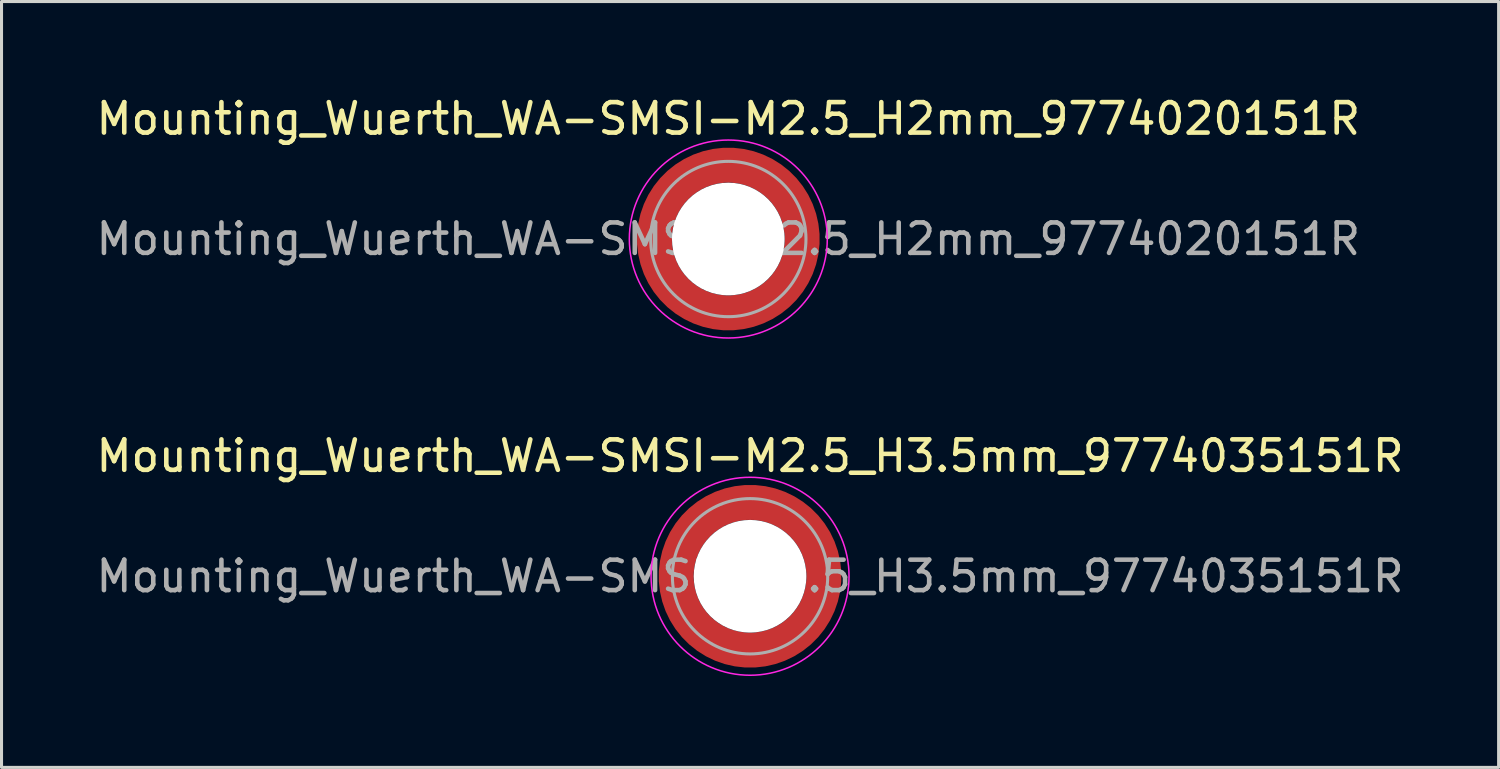
<source format=kicad_pcb>
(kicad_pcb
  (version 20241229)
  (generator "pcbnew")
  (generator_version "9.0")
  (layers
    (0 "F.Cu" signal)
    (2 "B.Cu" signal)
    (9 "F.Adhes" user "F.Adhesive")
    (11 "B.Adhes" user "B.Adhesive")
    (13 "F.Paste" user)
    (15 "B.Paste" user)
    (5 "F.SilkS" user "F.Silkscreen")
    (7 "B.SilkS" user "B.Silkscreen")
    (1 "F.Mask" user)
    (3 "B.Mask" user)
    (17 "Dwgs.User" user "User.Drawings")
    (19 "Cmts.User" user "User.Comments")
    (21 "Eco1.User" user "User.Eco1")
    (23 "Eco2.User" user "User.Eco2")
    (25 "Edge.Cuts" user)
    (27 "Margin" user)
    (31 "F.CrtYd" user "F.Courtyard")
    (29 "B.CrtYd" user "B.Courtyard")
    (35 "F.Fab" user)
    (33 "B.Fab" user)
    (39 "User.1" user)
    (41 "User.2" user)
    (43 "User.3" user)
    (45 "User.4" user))
  (footprint "Mounting_Wuerth_WA-SMSI-M2.5_H2mm_9774020151R"
    (layer "F.Cu")
    (at 20.863 4.798)
    (property "Reference" "Mounting_Wuerth_WA-SMSI-M2.5_H2mm_9774020151R" (at 0 -3.95 0) (layer "F.SilkS") (effects (font (size 1 1) (thickness 0.15))))
    (attr smd allow_soldermask_bridges)
    (fp_circle (center 0 0) (end 3.25 0) (stroke (width 0.05) (type solid)) (fill no) (layer "F.CrtYd"))
    (fp_circle (center 0 0) (end 2.55 0) (stroke (width 0.1) (type solid)) (fill no) (layer "F.Fab"))
    (fp_text user "${REFERENCE}" (at 0 0 0) (layer "F.Fab") (effects (font (size 1 1) (thickness 0.15))))
    (pad "" smd custom (at -1.704 -1.704) (size 0.51 0.51) (layers "F.Paste") (options (anchor circle)) (primitives (gr_arc (start -0.250195 1.279127) (mid 0.289914 0.289914) (end 1.279127 -0.250195) (width 0.2)) (gr_arc (start -0.34334 1.279127) (mid 0.225488 0.225488) (end 1.279127 -0.34334) (width 0.2)) (gr_arc (start -0.436309 1.279127) (mid 0.161063 0.161063) (end 1.279127 -0.436309) (width 0.2)) (gr_arc (start -0.529126 1.279127) (mid 0.096638 0.096638) (end 1.279127 -0.529126) (width 0.2)) (gr_arc (start -0.621807 1.279127) (mid 0.032213 0.032213) (end 1.279127 -0.621807) (width 0.2)) (gr_arc (start -0.71437 1.279127) (mid -0.032213 -0.032213) (end 1.279127 -0.71437) (width 0.2)) (gr_arc (start -0.806826 1.279127) (mid -0.096638 -0.096638) (end 1.279127 -0.806826) (width 0.2)) (gr_arc (start -0.899187 1.279127) (mid -0.161063 -0.161063) (end 1.279127 -0.899187) (width 0.2)) (gr_arc (start -0.991463 1.279127) (mid -0.225488 -0.225488) (end 1.279127 -0.991463) (width 0.2)) (gr_arc (start -1.083663 1.279127) (mid -0.289914 -0.289914) (end 1.279127 -1.083663) (width 0.2)) (gr_line (start 1.279 -0.25) (end 1.279 -1.084) (width 0.2)) (gr_line (start -0.25 1.279) (end -1.084 1.279) (width 0.2))))
    (pad "" smd custom (at -1.704 1.704) (size 0.51 0.51) (layers "F.Paste") (options (anchor circle)) (primitives (gr_arc (start 1.279127 0.250195) (mid 0.289914 -0.289914) (end -0.250195 -1.279127) (width 0.2)) (gr_arc (start 1.279127 0.34334) (mid 0.225488 -0.225488) (end -0.34334 -1.279127) (width 0.2)) (gr_arc (start 1.279127 0.436309) (mid 0.161063 -0.161063) (end -0.436309 -1.279127) (width 0.2)) (gr_arc (start 1.279127 0.529126) (mid 0.096638 -0.096638) (end -0.529126 -1.279127) (width 0.2)) (gr_arc (start 1.279127 0.621807) (mid 0.032213 -0.032213) (end -0.621807 -1.279127) (width 0.2)) (gr_arc (start 1.279127 0.71437) (mid -0.032213 0.032213) (end -0.71437 -1.279127) (width 0.2)) (gr_arc (start 1.279127 0.806826) (mid -0.096638 0.096638) (end -0.806826 -1.279127) (width 0.2)) (gr_arc (start 1.279127 0.899187) (mid -0.161063 0.161063) (end -0.899187 -1.279127) (width 0.2)) (gr_arc (start 1.279127 0.991463) (mid -0.225488 0.225488) (end -0.991463 -1.279127) (width 0.2)) (gr_arc (start 1.279127 1.083663) (mid -0.289914 0.289914) (end -1.083663 -1.279127) (width 0.2)) (gr_line (start -0.25 -1.279) (end -1.084 -1.279) (width 0.2)) (gr_line (start 1.279 0.25) (end 1.279 1.084) (width 0.2))))
    (pad "" np_thru_hole circle (at 0 0) (size 3.7 3.7) (drill 3.7) (layers "*.Cu" "*.Mask"))
    (pad "" smd custom (at 1.704 -1.704) (size 0.51 0.51) (layers "F.Paste") (options (anchor circle)) (primitives (gr_arc (start -1.279127 -0.250195) (mid -0.289914 0.289914) (end 0.250195 1.279127) (width 0.2)) (gr_arc (start -1.279127 -0.34334) (mid -0.225488 0.225488) (end 0.34334 1.279127) (width 0.2)) (gr_arc (start -1.279127 -0.436309) (mid -0.161063 0.161063) (end 0.436309 1.279127) (width 0.2)) (gr_arc (start -1.279127 -0.529126) (mid -0.096638 0.096638) (end 0.529126 1.279127) (width 0.2)) (gr_arc (start -1.279127 -0.621807) (mid -0.032213 0.032213) (end 0.621807 1.279127) (width 0.2)) (gr_arc (start -1.279127 -0.71437) (mid 0.032213 -0.032213) (end 0.71437 1.279127) (width 0.2)) (gr_arc (start -1.279127 -0.806826) (mid 0.096638 -0.096638) (end 0.806826 1.279127) (width 0.2)) (gr_arc (start -1.279127 -0.899187) (mid 0.161063 -0.161063) (end 0.899187 1.279127) (width 0.2)) (gr_arc (start -1.279127 -0.991463) (mid 0.225488 -0.225488) (end 0.991463 1.279127) (width 0.2)) (gr_arc (start -1.279127 -1.083663) (mid 0.289914 -0.289914) (end 1.083663 1.279127) (width 0.2)) (gr_line (start 0.25 1.279) (end 1.084 1.279) (width 0.2)) (gr_line (start -1.279 -0.25) (end -1.279 -1.084) (width 0.2))))
    (pad "" smd custom (at 1.704 1.704) (size 0.51 0.51) (layers "F.Paste") (options (anchor circle)) (primitives (gr_arc (start 0.250195 -1.279127) (mid -0.289914 -0.289914) (end -1.279127 0.250195) (width 0.2)) (gr_arc (start 0.34334 -1.279127) (mid -0.225488 -0.225488) (end -1.279127 0.34334) (width 0.2)) (gr_arc (start 0.436309 -1.279127) (mid -0.161063 -0.161063) (end -1.279127 0.436309) (width 0.2)) (gr_arc (start 0.529126 -1.279127) (mid -0.096638 -0.096638) (end -1.279127 0.529126) (width 0.2)) (gr_arc (start 0.621807 -1.279127) (mid -0.032213 -0.032213) (end -1.279127 0.621807) (width 0.2)) (gr_arc (start 0.71437 -1.279127) (mid 0.032213 0.032213) (end -1.279127 0.71437) (width 0.2)) (gr_arc (start 0.806826 -1.279127) (mid 0.096638 0.096638) (end -1.279127 0.806826) (width 0.2)) (gr_arc (start 0.899187 -1.279127) (mid 0.161063 0.161063) (end -1.279127 0.899187) (width 0.2)) (gr_arc (start 0.991463 -1.279127) (mid 0.225488 0.225488) (end -1.279127 0.991463) (width 0.2)) (gr_arc (start 1.083663 -1.279127) (mid 0.289914 0.289914) (end -1.279127 1.083663) (width 0.2)) (gr_line (start -1.279 0.25) (end -1.279 1.084) (width 0.2)) (gr_line (start 0.25 -1.279) (end 1.084 -1.279) (width 0.2))))
    (pad "1" smd circle (at -2.425 0) (size 0.642 0.642) (layers "F.Cu"))
    (pad "1" smd circle (at 0 -2.425) (size 0.642 0.642) (layers "F.Cu"))
    (pad "1" smd circle (at 0 2.425) (size 0.642 0.642) (layers "F.Cu"))
    (pad "1" smd custom (at 2.425 0) (size 1.15 1.15) (layers "F.Cu" "F.Mask") (options (anchor circle)) (primitives (gr_circle (center -2.425 0) (end 0 0) (width 1.15) (fill no)))))
  (footprint "Mounting_Wuerth_WA-SMSI-M2.5_H3.5mm_9774035151R"
    (layer "F.Cu")
    (at 21.577 15.871)
    (property "Reference" "Mounting_Wuerth_WA-SMSI-M2.5_H3.5mm_9774035151R" (at 0 -3.95 0) (layer "F.SilkS") (effects (font (size 1 1) (thickness 0.15))))
    (attr smd allow_soldermask_bridges)
    (fp_circle (center 0 0) (end 3.25 0) (stroke (width 0.05) (type solid)) (fill no) (layer "F.CrtYd"))
    (fp_circle (center 0 0) (end 2.55 0) (stroke (width 0.1) (type solid)) (fill no) (layer "F.Fab"))
    (fp_text user "${REFERENCE}" (at 0 0 0) (layer "F.Fab") (effects (font (size 1 1) (thickness 0.15))))
    (pad "" smd custom (at -1.704 -1.704) (size 0.51 0.51) (layers "F.Paste") (options (anchor circle)) (primitives (gr_arc (start -0.250195 1.279127) (mid 0.289914 0.289914) (end 1.279127 -0.250195) (width 0.2)) (gr_arc (start -0.34334 1.279127) (mid 0.225488 0.225488) (end 1.279127 -0.34334) (width 0.2)) (gr_arc (start -0.436309 1.279127) (mid 0.161063 0.161063) (end 1.279127 -0.436309) (width 0.2)) (gr_arc (start -0.529126 1.279127) (mid 0.096638 0.096638) (end 1.279127 -0.529126) (width 0.2)) (gr_arc (start -0.621807 1.279127) (mid 0.032213 0.032213) (end 1.279127 -0.621807) (width 0.2)) (gr_arc (start -0.71437 1.279127) (mid -0.032213 -0.032213) (end 1.279127 -0.71437) (width 0.2)) (gr_arc (start -0.806826 1.279127) (mid -0.096638 -0.096638) (end 1.279127 -0.806826) (width 0.2)) (gr_arc (start -0.899187 1.279127) (mid -0.161063 -0.161063) (end 1.279127 -0.899187) (width 0.2)) (gr_arc (start -0.991463 1.279127) (mid -0.225488 -0.225488) (end 1.279127 -0.991463) (width 0.2)) (gr_arc (start -1.083663 1.279127) (mid -0.289914 -0.289914) (end 1.279127 -1.083663) (width 0.2)) (gr_line (start 1.279 -0.25) (end 1.279 -1.084) (width 0.2)) (gr_line (start -0.25 1.279) (end -1.084 1.279) (width 0.2))))
    (pad "" smd custom (at -1.704 1.704) (size 0.51 0.51) (layers "F.Paste") (options (anchor circle)) (primitives (gr_arc (start 1.279127 0.250195) (mid 0.289914 -0.289914) (end -0.250195 -1.279127) (width 0.2)) (gr_arc (start 1.279127 0.34334) (mid 0.225488 -0.225488) (end -0.34334 -1.279127) (width 0.2)) (gr_arc (start 1.279127 0.436309) (mid 0.161063 -0.161063) (end -0.436309 -1.279127) (width 0.2)) (gr_arc (start 1.279127 0.529126) (mid 0.096638 -0.096638) (end -0.529126 -1.279127) (width 0.2)) (gr_arc (start 1.279127 0.621807) (mid 0.032213 -0.032213) (end -0.621807 -1.279127) (width 0.2)) (gr_arc (start 1.279127 0.71437) (mid -0.032213 0.032213) (end -0.71437 -1.279127) (width 0.2)) (gr_arc (start 1.279127 0.806826) (mid -0.096638 0.096638) (end -0.806826 -1.279127) (width 0.2)) (gr_arc (start 1.279127 0.899187) (mid -0.161063 0.161063) (end -0.899187 -1.279127) (width 0.2)) (gr_arc (start 1.279127 0.991463) (mid -0.225488 0.225488) (end -0.991463 -1.279127) (width 0.2)) (gr_arc (start 1.279127 1.083663) (mid -0.289914 0.289914) (end -1.083663 -1.279127) (width 0.2)) (gr_line (start -0.25 -1.279) (end -1.084 -1.279) (width 0.2)) (gr_line (start 1.279 0.25) (end 1.279 1.084) (width 0.2))))
    (pad "" np_thru_hole circle (at 0 0) (size 3.7 3.7) (drill 3.7) (layers "*.Cu" "*.Mask"))
    (pad "" smd custom (at 1.704 -1.704) (size 0.51 0.51) (layers "F.Paste") (options (anchor circle)) (primitives (gr_arc (start -1.279127 -0.250195) (mid -0.289914 0.289914) (end 0.250195 1.279127) (width 0.2)) (gr_arc (start -1.279127 -0.34334) (mid -0.225488 0.225488) (end 0.34334 1.279127) (width 0.2)) (gr_arc (start -1.279127 -0.436309) (mid -0.161063 0.161063) (end 0.436309 1.279127) (width 0.2)) (gr_arc (start -1.279127 -0.529126) (mid -0.096638 0.096638) (end 0.529126 1.279127) (width 0.2)) (gr_arc (start -1.279127 -0.621807) (mid -0.032213 0.032213) (end 0.621807 1.279127) (width 0.2)) (gr_arc (start -1.279127 -0.71437) (mid 0.032213 -0.032213) (end 0.71437 1.279127) (width 0.2)) (gr_arc (start -1.279127 -0.806826) (mid 0.096638 -0.096638) (end 0.806826 1.279127) (width 0.2)) (gr_arc (start -1.279127 -0.899187) (mid 0.161063 -0.161063) (end 0.899187 1.279127) (width 0.2)) (gr_arc (start -1.279127 -0.991463) (mid 0.225488 -0.225488) (end 0.991463 1.279127) (width 0.2)) (gr_arc (start -1.279127 -1.083663) (mid 0.289914 -0.289914) (end 1.083663 1.279127) (width 0.2)) (gr_line (start 0.25 1.279) (end 1.084 1.279) (width 0.2)) (gr_line (start -1.279 -0.25) (end -1.279 -1.084) (width 0.2))))
    (pad "" smd custom (at 1.704 1.704) (size 0.51 0.51) (layers "F.Paste") (options (anchor circle)) (primitives (gr_arc (start 0.250195 -1.279127) (mid -0.289914 -0.289914) (end -1.279127 0.250195) (width 0.2)) (gr_arc (start 0.34334 -1.279127) (mid -0.225488 -0.225488) (end -1.279127 0.34334) (width 0.2)) (gr_arc (start 0.436309 -1.279127) (mid -0.161063 -0.161063) (end -1.279127 0.436309) (width 0.2)) (gr_arc (start 0.529126 -1.279127) (mid -0.096638 -0.096638) (end -1.279127 0.529126) (width 0.2)) (gr_arc (start 0.621807 -1.279127) (mid -0.032213 -0.032213) (end -1.279127 0.621807) (width 0.2)) (gr_arc (start 0.71437 -1.279127) (mid 0.032213 0.032213) (end -1.279127 0.71437) (width 0.2)) (gr_arc (start 0.806826 -1.279127) (mid 0.096638 0.096638) (end -1.279127 0.806826) (width 0.2)) (gr_arc (start 0.899187 -1.279127) (mid 0.161063 0.161063) (end -1.279127 0.899187) (width 0.2)) (gr_arc (start 0.991463 -1.279127) (mid 0.225488 0.225488) (end -1.279127 0.991463) (width 0.2)) (gr_arc (start 1.083663 -1.279127) (mid 0.289914 0.289914) (end -1.279127 1.083663) (width 0.2)) (gr_line (start -1.279 0.25) (end -1.279 1.084) (width 0.2)) (gr_line (start 0.25 -1.279) (end 1.084 -1.279) (width 0.2))))
    (pad "1" smd circle (at -2.425 0) (size 0.642 0.642) (layers "F.Cu"))
    (pad "1" smd circle (at 0 -2.425) (size 0.642 0.642) (layers "F.Cu"))
    (pad "1" smd circle (at 0 2.425) (size 0.642 0.642) (layers "F.Cu"))
    (pad "1" smd custom (at 2.425 0) (size 1.15 1.15) (layers "F.Cu" "F.Mask") (options (anchor circle)) (primitives (gr_circle (center -2.425 0) (end 0 0) (width 1.15) (fill no)))))
  (gr_rect
    (start -3 -3)
    (end 46.155 22.146)
    (stroke (width 0.1) (type default))
    (fill no)
    (layer "Edge.Cuts")))
</source>
